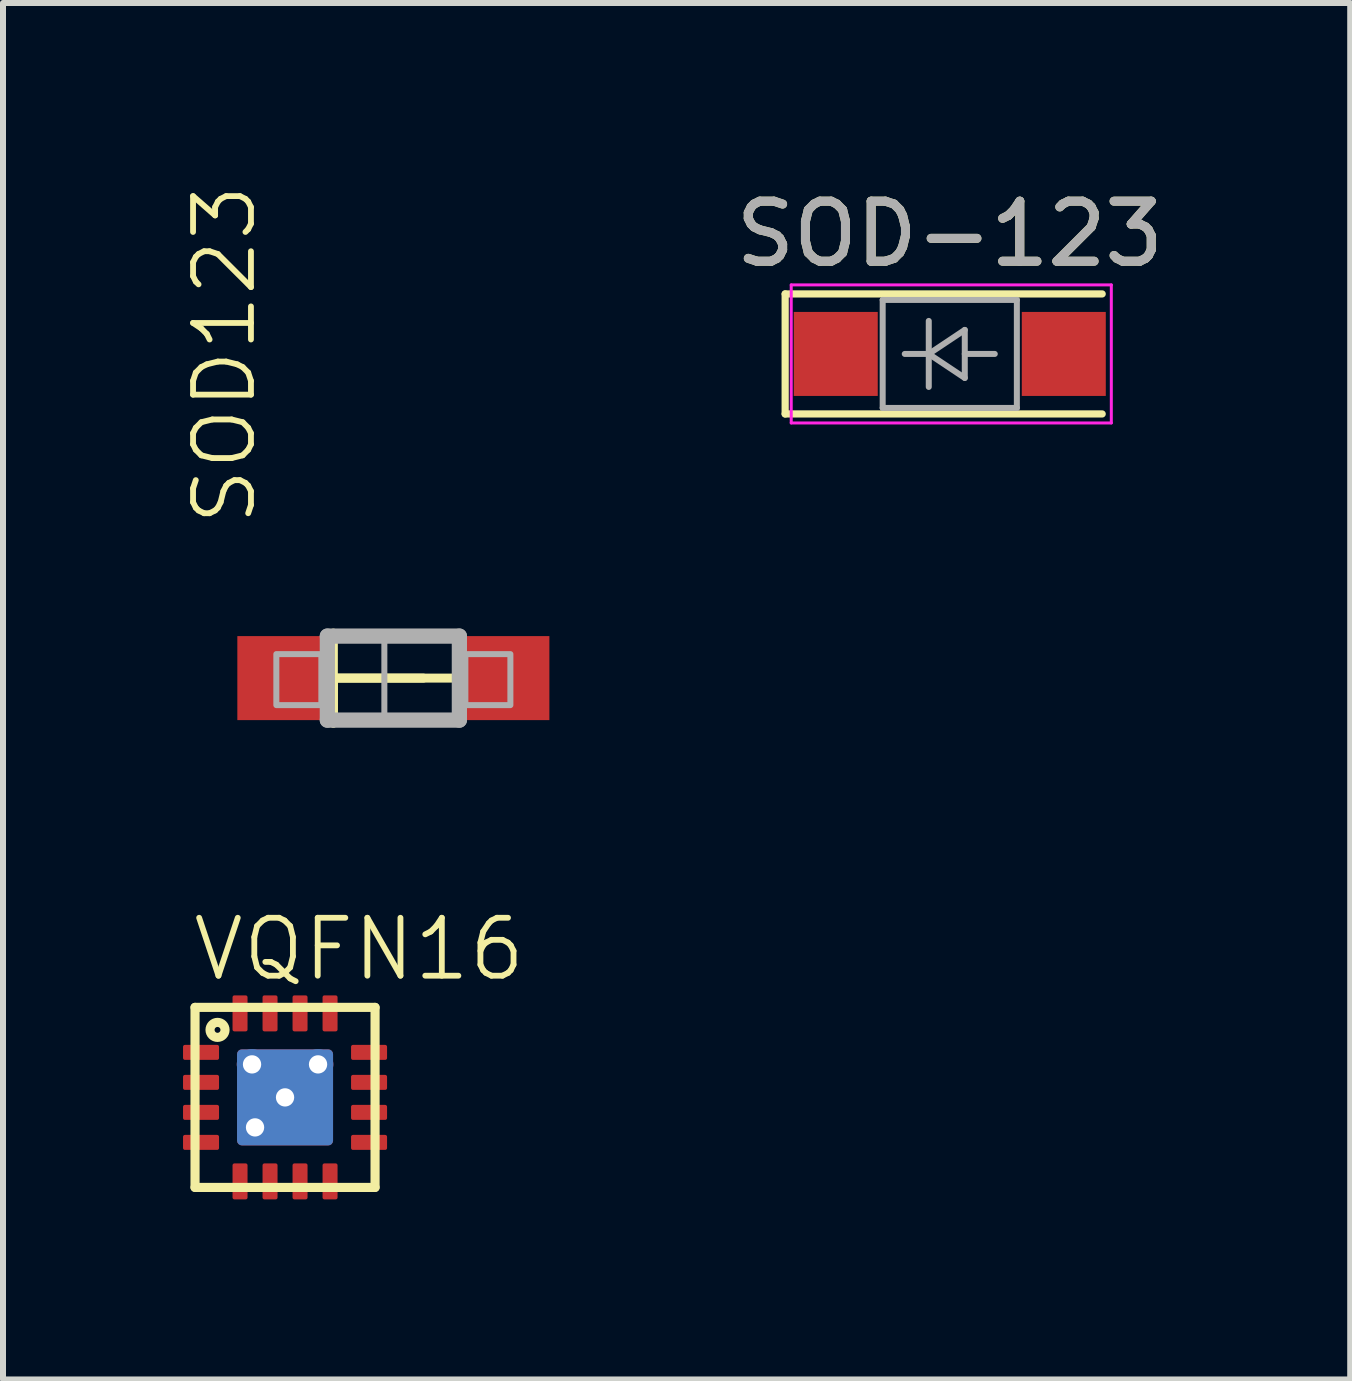
<source format=kicad_pcb>
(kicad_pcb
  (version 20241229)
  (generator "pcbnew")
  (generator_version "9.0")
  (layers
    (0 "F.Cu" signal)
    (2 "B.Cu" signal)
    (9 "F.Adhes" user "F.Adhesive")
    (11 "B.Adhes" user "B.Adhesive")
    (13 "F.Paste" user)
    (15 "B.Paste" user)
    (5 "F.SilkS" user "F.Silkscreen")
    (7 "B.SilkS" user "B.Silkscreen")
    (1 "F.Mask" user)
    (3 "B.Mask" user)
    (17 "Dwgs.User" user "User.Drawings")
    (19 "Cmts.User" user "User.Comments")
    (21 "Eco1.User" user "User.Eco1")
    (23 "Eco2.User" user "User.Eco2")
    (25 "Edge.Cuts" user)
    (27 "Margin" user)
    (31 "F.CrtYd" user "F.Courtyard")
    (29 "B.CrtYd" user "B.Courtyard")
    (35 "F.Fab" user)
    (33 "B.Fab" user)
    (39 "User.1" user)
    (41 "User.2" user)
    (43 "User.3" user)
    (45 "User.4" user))
  (footprint "SOD123"
    (layer "F.Cu")
    (at 3.505 8.25)
    (property "Reference" "SOD123" (at -2.25 -2.5 270) (layer "F.SilkS") (effects (font (size 0.965 0.965) (thickness 0.097)) (justify left bottom)))
    (attr through_hole)
    (fp_line (start -1 -0.75) (end -1 0.75) (stroke (width 0.15) (type solid)) (layer "F.SilkS"))
    (fp_line (start -1 0) (end 1 0) (stroke (width 0.15) (type solid)) (layer "F.SilkS"))
    (fp_line (start -1 0.75) (end -1 0) (stroke (width 0.15) (type solid)) (layer "F.SilkS"))
    (fp_line (start 0.5 0) (end -1 0) (stroke (width 0.15) (type solid)) (layer "F.SilkS"))
    (fp_line (start -1.1 -0.7) (end 1.1 -0.7) (stroke (width 0.254) (type solid)) (layer "F.Fab"))
    (fp_line (start -1.1 0.7) (end -1.1 -0.7) (stroke (width 0.254) (type solid)) (layer "F.Fab"))
    (fp_line (start 1.1 -0.7) (end 1.1 0.7) (stroke (width 0.254) (type solid)) (layer "F.Fab"))
    (fp_line (start 1.1 0.7) (end -1.1 0.7) (stroke (width 0.254) (type solid)) (layer "F.Fab"))
    (fp_poly (pts (xy -1.95 0.45) (xy -1.2 0.45) (xy -1.2 -0.4) (xy -1.95 -0.4)) (stroke (width 0.1) (type solid)) (fill no) (layer "F.Fab"))
    (fp_poly (pts (xy -1.05 0.65) (xy -0.15 0.65) (xy -0.15 -0.7) (xy -1.05 -0.7)) (stroke (width 0.1) (type solid)) (fill no) (layer "F.Fab"))
    (fp_poly (pts (xy 1.2 0.45) (xy 1.95 0.45) (xy 1.95 -0.4) (xy 1.2 -0.4)) (stroke (width 0.1) (type solid)) (fill no) (layer "F.Fab"))
    (pad "A" smd rect (at 1.9 0) (size 1.4 1.4) (layers "F.Cu" "F.Mask" "F.Paste"))
    (pad "C" smd rect (at -1.9 0) (size 1.4 1.4) (layers "F.Cu" "F.Mask" "F.Paste")))
  (footprint "SOD-123"
    (layer "F.Cu")
    (at 12.777 2.848)
    (property "Reference" "SOD-123" (at 0 -2 0) (layer "F.SilkS") (effects (font (size 1 1) (thickness 0.15))))
    (attr smd)
    (fp_line (start -2.743 -1) (end -2.743 1) (stroke (width 0.12) (type solid)) (layer "F.SilkS"))
    (fp_line (start -2.743 -1) (end 2.54 -1) (stroke (width 0.12) (type solid)) (layer "F.SilkS"))
    (fp_line (start -2.743 1) (end 2.54 1) (stroke (width 0.12) (type solid)) (layer "F.SilkS"))
    (fp_line (start -2.642 -1.15) (end -2.642 1.15) (stroke (width 0.05) (type solid)) (layer "F.CrtYd"))
    (fp_line (start -2.642 -1.15) (end 2.692 -1.15) (stroke (width 0.05) (type solid)) (layer "F.CrtYd"))
    (fp_line (start 2.692 -1.15) (end 2.692 1.15) (stroke (width 0.05) (type solid)) (layer "F.CrtYd"))
    (fp_line (start 2.692 1.15) (end -2.642 1.15) (stroke (width 0.05) (type solid)) (layer "F.CrtYd"))
    (fp_line (start -1.118 -0.9) (end 1.118 -0.9) (stroke (width 0.1) (type solid)) (layer "F.Fab"))
    (fp_line (start -1.118 0.9) (end -1.118 -0.9) (stroke (width 0.1) (type solid)) (layer "F.Fab"))
    (fp_line (start -0.75 0) (end -0.35 0) (stroke (width 0.1) (type solid)) (layer "F.Fab"))
    (fp_line (start -0.35 0) (end -0.35 -0.55) (stroke (width 0.1) (type solid)) (layer "F.Fab"))
    (fp_line (start -0.35 0) (end -0.35 0.55) (stroke (width 0.1) (type solid)) (layer "F.Fab"))
    (fp_line (start -0.35 0) (end 0.25 -0.4) (stroke (width 0.1) (type solid)) (layer "F.Fab"))
    (fp_line (start 0.25 -0.4) (end 0.25 0.4) (stroke (width 0.1) (type solid)) (layer "F.Fab"))
    (fp_line (start 0.25 0) (end 0.75 0) (stroke (width 0.1) (type solid)) (layer "F.Fab"))
    (fp_line (start 0.25 0.4) (end -0.35 0) (stroke (width 0.1) (type solid)) (layer "F.Fab"))
    (fp_line (start 1.118 -0.9) (end 1.118 0.9) (stroke (width 0.1) (type solid)) (layer "F.Fab"))
    (fp_line (start 1.118 0.9) (end -1.118 0.9) (stroke (width 0.1) (type solid)) (layer "F.Fab"))
    (fp_text user "${REFERENCE}" (at 0 -2 0) (layer "F.Fab") (effects (font (size 1 1) (thickness 0.15))))
    (pad "1" smd rect (at -1.9 0) (size 1.4 1.4) (layers "F.Cu" "F.Mask" "F.Paste"))
    (pad "2" smd rect (at 1.9 0) (size 1.4 1.4) (layers "F.Cu" "F.Mask" "F.Paste")))
  (footprint "VQFN16"
    (layer "F.Cu")
    (at 1.7 15.237)
    (property "Reference" "VQFN16" (at -1.587 -1.905 180) (layer "F.SilkS") (effects (font (size 0.965 0.965) (thickness 0.097)) (justify left bottom)))
    (attr smd)
    (fp_line (start -1.5 -1.5) (end 1.5 -1.5) (stroke (width 0.152) (type solid)) (layer "F.SilkS"))
    (fp_line (start -1.5 1.5) (end -1.5 -1.5) (stroke (width 0.152) (type solid)) (layer "F.SilkS"))
    (fp_line (start 1.5 -1.5) (end 1.5 1.5) (stroke (width 0.152) (type solid)) (layer "F.SilkS"))
    (fp_line (start 1.5 1.5) (end -1.5 1.5) (stroke (width 0.152) (type solid)) (layer "F.SilkS"))
    (fp_circle (center -1.125 -1.125) (end -1 -1.125) (stroke (width 0.152) (type solid)) (fill no) (layer "F.SilkS"))
    (pad "1" smd roundrect (at -1.4 -0.75) (size 0.6 0.25) (layers "F.Cu" "F.Mask" "F.Paste") (roundrect_rratio 0.125))
    (pad "2" smd roundrect (at -1.4 -0.25) (size 0.6 0.25) (layers "F.Cu" "F.Mask" "F.Paste") (roundrect_rratio 0.125))
    (pad "3" smd roundrect (at -1.4 0.25) (size 0.6 0.25) (layers "F.Cu" "F.Mask" "F.Paste") (roundrect_rratio 0.125))
    (pad "4" smd roundrect (at -1.4 0.75) (size 0.6 0.25) (layers "F.Cu" "F.Mask" "F.Paste") (roundrect_rratio 0.125))
    (pad "5" smd roundrect (at -0.75 1.4 90) (size 0.6 0.25) (layers "F.Cu" "F.Mask" "F.Paste") (roundrect_rratio 0.125))
    (pad "6" smd roundrect (at -0.25 1.4 90) (size 0.6 0.25) (layers "F.Cu" "F.Mask" "F.Paste") (roundrect_rratio 0.125))
    (pad "7" smd roundrect (at 0.25 1.4 90) (size 0.6 0.25) (layers "F.Cu" "F.Mask" "F.Paste") (roundrect_rratio 0.125))
    (pad "8" smd roundrect (at 0.75 1.4 90) (size 0.6 0.25) (layers "F.Cu" "F.Mask" "F.Paste") (roundrect_rratio 0.125))
    (pad "9" smd roundrect (at 1.4 0.75 180) (size 0.6 0.25) (layers "F.Cu" "F.Mask" "F.Paste") (roundrect_rratio 0.125))
    (pad "10" smd roundrect (at 1.4 0.25 180) (size 0.6 0.25) (layers "F.Cu" "F.Mask" "F.Paste") (roundrect_rratio 0.125))
    (pad "11" smd roundrect (at 1.4 -0.25 180) (size 0.6 0.25) (layers "F.Cu" "F.Mask" "F.Paste") (roundrect_rratio 0.125))
    (pad "12" smd roundrect (at 1.4 -0.75 180) (size 0.6 0.25) (layers "F.Cu" "F.Mask" "F.Paste") (roundrect_rratio 0.125))
    (pad "13" smd roundrect (at 0.75 -1.4 270) (size 0.6 0.25) (layers "F.Cu" "F.Mask" "F.Paste") (roundrect_rratio 0.125))
    (pad "14" smd roundrect (at 0.25 -1.4 270) (size 0.6 0.25) (layers "F.Cu" "F.Mask" "F.Paste") (roundrect_rratio 0.125))
    (pad "15" smd roundrect (at -0.25 -1.4 270) (size 0.6 0.25) (layers "F.Cu" "F.Mask" "F.Paste") (roundrect_rratio 0.125))
    (pad "16" smd roundrect (at -0.75 -1.4 270) (size 0.6 0.25) (layers "F.Cu" "F.Mask" "F.Paste") (roundrect_rratio 0.125))
    (pad "17" smd roundrect (at 0 0) (size 1.6 1.6) (layers "F.Cu" "F.Mask" "F.Paste") (roundrect_rratio 0.05))
    (pad "17" smd roundrect (at 0 0) (size 1.6 1.6) (layers "B.Cu" "B.Mask" "B.Paste") (roundrect_rratio 0.05))
    (pad "V1" thru_hole circle (at -0.55 -0.55) (size 0.508 0.508) (drill 0.305) (layers "*.Cu" "*.Mask"))
    (pad "V2" thru_hole circle (at 0.55 -0.55) (size 0.508 0.508) (drill 0.305) (layers "*.Cu" "*.Mask"))
    (pad "V3" thru_hole circle (at -0.5 0.5) (size 0.508 0.508) (drill 0.305) (layers "*.Cu" "*.Mask"))
    (pad "V4" thru_hole circle (at 0 0) (size 0.508 0.508) (drill 0.305) (layers "*.Cu" "*.Mask")))
  (gr_rect
    (start -3 -3)
    (end 19.45 19.937)
    (stroke (width 0.1) (type default))
    (fill no)
    (layer "Edge.Cuts")))
</source>
